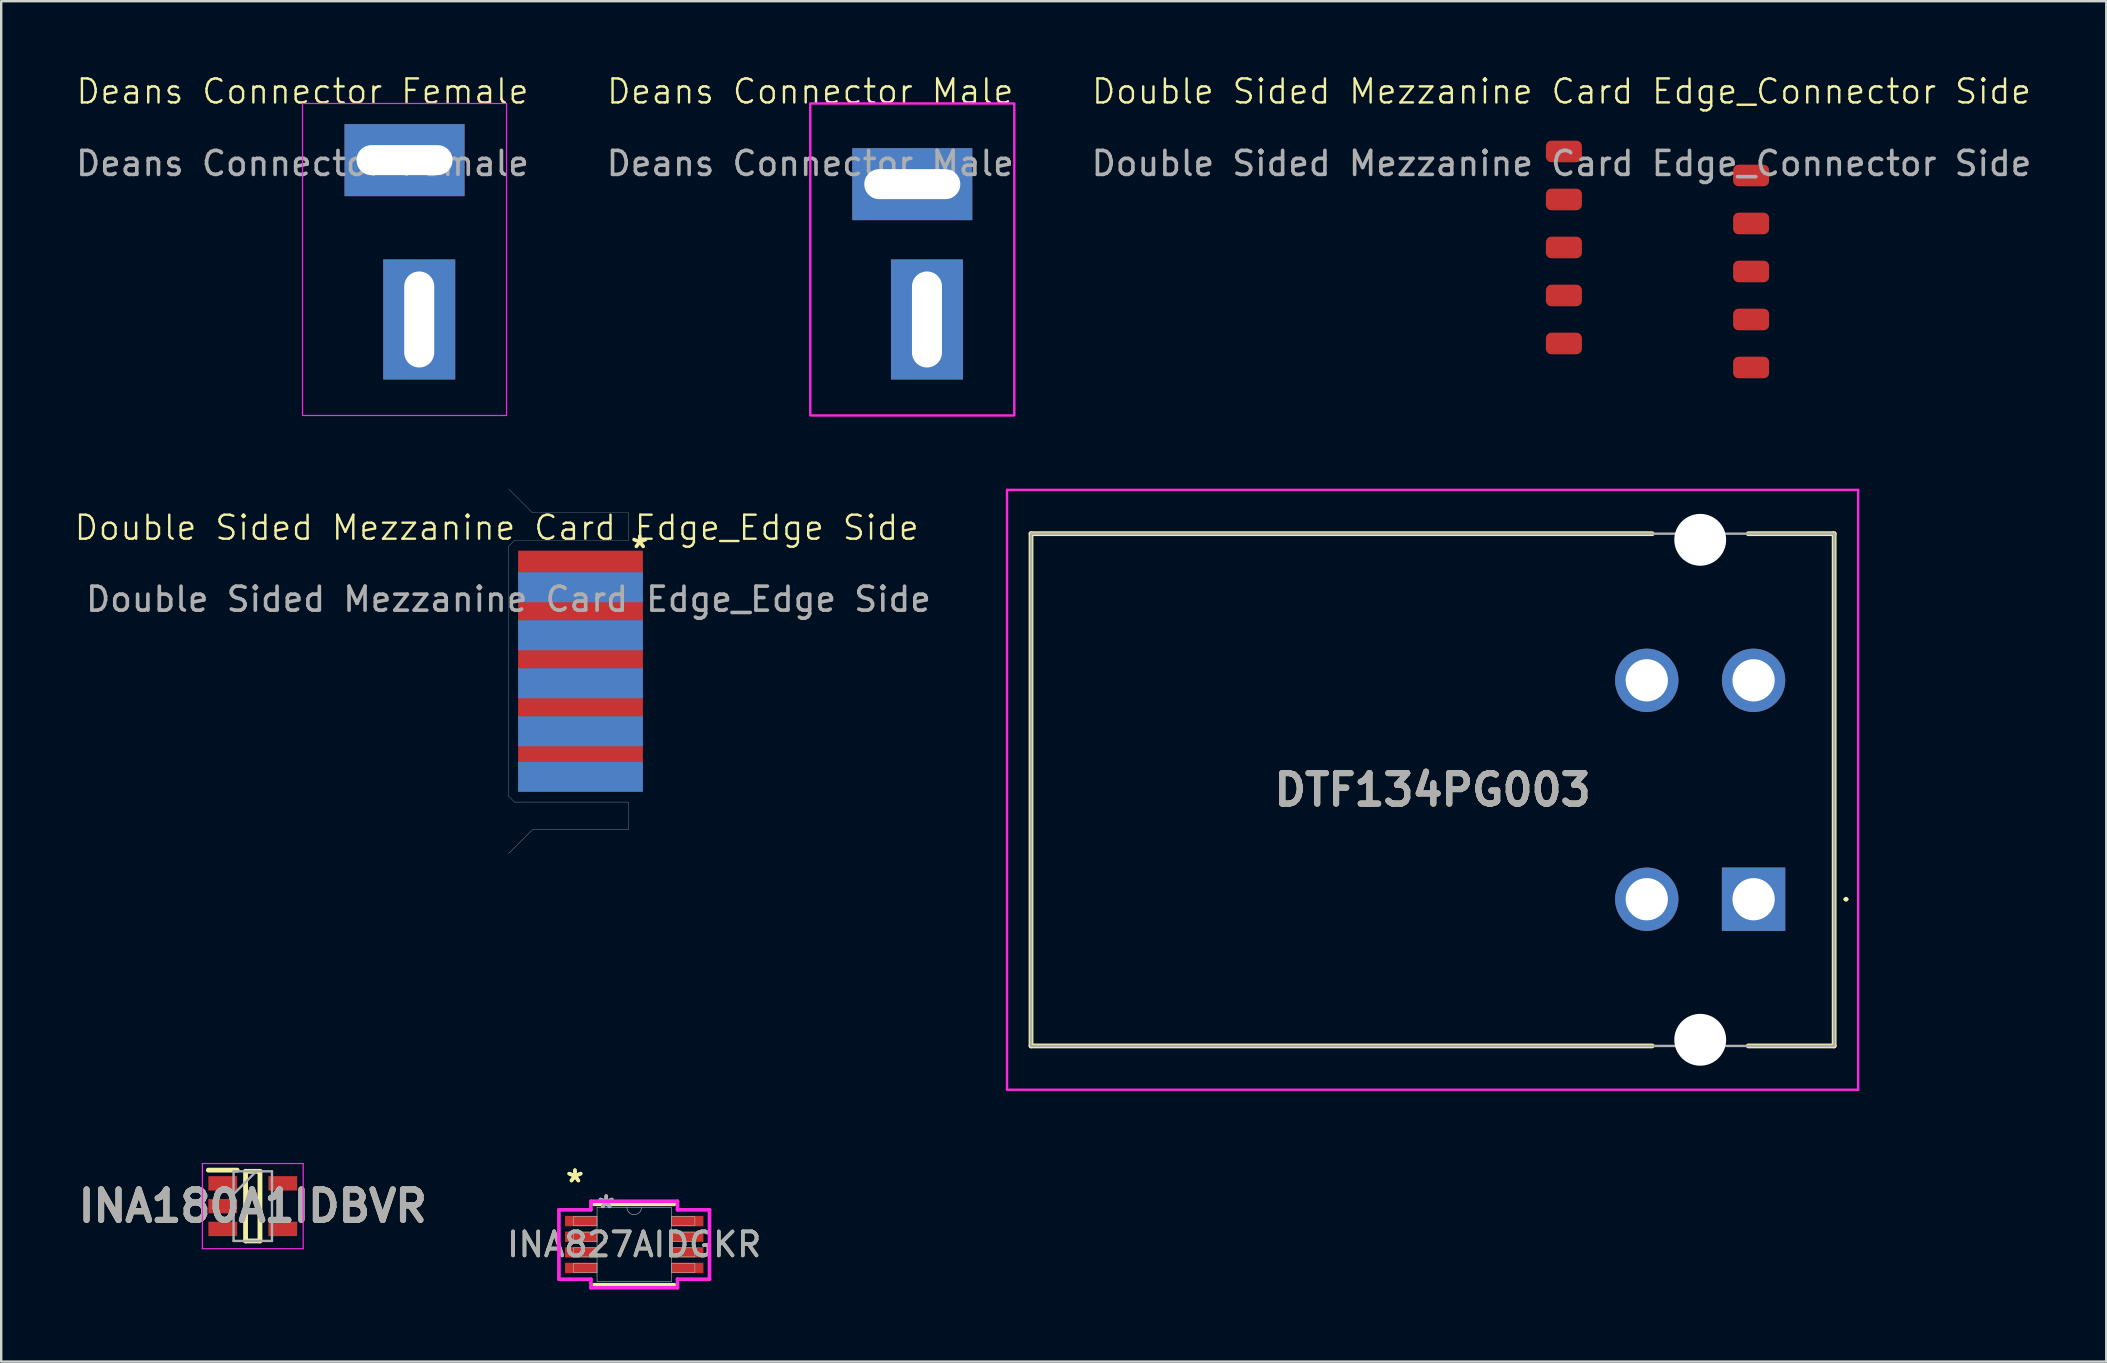
<source format=kicad_pcb>
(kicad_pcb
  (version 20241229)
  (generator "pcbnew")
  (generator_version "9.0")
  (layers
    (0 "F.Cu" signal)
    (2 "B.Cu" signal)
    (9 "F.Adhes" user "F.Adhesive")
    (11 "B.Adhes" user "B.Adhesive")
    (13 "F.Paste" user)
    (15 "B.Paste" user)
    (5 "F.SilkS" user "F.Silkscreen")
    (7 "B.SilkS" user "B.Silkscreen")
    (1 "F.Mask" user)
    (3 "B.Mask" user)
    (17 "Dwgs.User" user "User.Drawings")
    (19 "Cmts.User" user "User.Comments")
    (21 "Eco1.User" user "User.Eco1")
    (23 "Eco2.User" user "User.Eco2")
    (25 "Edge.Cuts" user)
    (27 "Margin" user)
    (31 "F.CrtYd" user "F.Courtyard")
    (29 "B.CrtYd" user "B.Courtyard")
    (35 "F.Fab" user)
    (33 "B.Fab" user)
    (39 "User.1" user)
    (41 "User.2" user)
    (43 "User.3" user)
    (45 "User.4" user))
  (footprint "DTF134PG003"
    (layer "F.Cu")
    (at 70.008 34.414)
    (property "Reference" "DTF134PG003" (at -13.373 -4.559 0) (layer "F.SilkS") (effects (font (size 1.27 1.27) (thickness 0.254))))
    (attr through_hole)
    (fp_line (start -30.103 -15.229) (end -4.223 -15.229) (stroke (width 0.2) (type solid)) (layer "F.SilkS"))
    (fp_line (start -30.103 6.111) (end -30.103 -15.229) (stroke (width 0.2) (type solid)) (layer "F.SilkS"))
    (fp_line (start -4.223 6.111) (end -30.103 6.111) (stroke (width 0.2) (type solid)) (layer "F.SilkS"))
    (fp_line (start -0.223 6.111) (end 3.357 6.111) (stroke (width 0.2) (type solid)) (layer "F.SilkS"))
    (fp_line (start 3.357 -15.229) (end -0.223 -15.229) (stroke (width 0.2) (type solid)) (layer "F.SilkS"))
    (fp_line (start 3.357 6.111) (end 3.357 -15.229) (stroke (width 0.2) (type solid)) (layer "F.SilkS"))
    (fp_line (start 3.8 0) (end 3.8 0) (stroke (width 0.1) (type solid)) (layer "F.SilkS"))
    (fp_line (start 3.9 0) (end 3.9 0) (stroke (width 0.1) (type solid)) (layer "F.SilkS"))
    (fp_arc (start 3.8 0) (mid 3.85 -0.05) (end 3.9 0) (stroke (width 0.1) (type solid)) (layer "F.SilkS"))
    (fp_arc (start 3.9 0) (mid 3.85 0.05) (end 3.8 0) (stroke (width 0.1) (type solid)) (layer "F.SilkS"))
    (fp_line (start -31.103 -17.054) (end -31.103 7.936) (stroke (width 0.1) (type solid)) (layer "F.CrtYd"))
    (fp_line (start -31.103 7.936) (end 4.357 7.936) (stroke (width 0.1) (type solid)) (layer "F.CrtYd"))
    (fp_line (start 4.357 -17.054) (end -31.103 -17.054) (stroke (width 0.1) (type solid)) (layer "F.CrtYd"))
    (fp_line (start 4.357 7.936) (end 4.357 -17.054) (stroke (width 0.1) (type solid)) (layer "F.CrtYd"))
    (fp_line (start -30.103 -15.229) (end -30.103 6.111) (stroke (width 0.1) (type solid)) (layer "F.Fab"))
    (fp_line (start -30.103 6.111) (end 3.357 6.111) (stroke (width 0.1) (type solid)) (layer "F.Fab"))
    (fp_line (start 3.357 -15.229) (end -30.103 -15.229) (stroke (width 0.1) (type solid)) (layer "F.Fab"))
    (fp_line (start 3.357 6.111) (end 3.357 -15.229) (stroke (width 0.1) (type solid)) (layer "F.Fab"))
    (fp_text user "${REFERENCE}" (at -13.373 -4.559 0) (layer "F.Fab") (effects (font (size 1.27 1.27) (thickness 0.254))))
    (pad "" np_thru_hole circle (at -2.223 -14.974) (size 2.16 2.16) (drill 2.16) (layers "*.Cu" "*.Mask"))
    (pad "" np_thru_hole circle (at -2.223 5.856) (size 2.16 2.16) (drill 2.16) (layers "*.Cu" "*.Mask"))
    (pad "1" thru_hole rect (at 0 0) (size 2.64 2.64) (drill 1.76) (layers "*.Cu" "*.Mask"))
    (pad "2" thru_hole circle (at -4.45 0) (size 2.64 2.64) (drill 1.76) (layers "*.Cu" "*.Mask"))
    (pad "3" thru_hole circle (at -4.45 -9.12) (size 2.64 2.64) (drill 1.76) (layers "*.Cu" "*.Mask"))
    (pad "4" thru_hole circle (at 0 -9.12) (size 2.64 2.64) (drill 1.76) (layers "*.Cu" "*.Mask")))
  (footprint "Deans Connector Female"
    (layer "F.Cu")
    (at 9.554 1.26)
    (property "Reference" "Deans Connector Female" (at 0 -0.5 0) (unlocked yes) (layer "F.SilkS") (effects (font (size 1 1) (thickness 0.1))))
    (attr through_hole)
    (fp_rect (start 0 0) (end 8.5 13) (stroke (width 0.05) (type default)) (fill no) (layer "F.CrtYd"))
    (fp_text user "${REFERENCE}" (at 0 2.5 0) (unlocked yes) (layer "F.Fab") (effects (font (size 1 1) (thickness 0.15))))
    (pad "1" thru_hole rect (at 4.25 2.362) (size 5 3) (drill oval 4 1.25) (layers "*.Cu" "*.Mask"))
    (pad "2" thru_hole rect (at 4.862 9 90) (size 5 3) (drill oval 4 1.25) (layers "*.Cu" "*.Mask")))
  (footprint "Double Sided Mezzanine Card Edge_Connector Side"
    (layer "F.Cu")
    (at 62.006 1.26)
    (property "Reference" "Double Sided Mezzanine Card Edge_Connector Side" (at 0 -0.5 0) (unlocked yes) (layer "F.SilkS") (effects (font (size 1 1) (thickness 0.1))))
    (attr smd)
    (fp_line (start 0 12.5) (end 0 0.5) (stroke (width 0.05) (type default)) (layer "Margin"))
    (fp_line (start 0.5 0) (end 7.5 0) (stroke (width 0.05) (type default)) (layer "Margin"))
    (fp_line (start 7.5 13) (end 0.5 13) (stroke (width 0.05) (type default)) (layer "Margin"))
    (fp_line (start 8 0.5) (end 8 12.5) (stroke (width 0.05) (type default)) (layer "Margin"))
    (fp_arc (start 0 0.5) (mid 0.146446 0.146446) (end 0.5 0) (stroke (width 0.05) (type default)) (layer "Margin"))
    (fp_arc (start 0.5 13) (mid 0.146446 12.853554) (end 0 12.5) (stroke (width 0.05) (type default)) (layer "Margin"))
    (fp_arc (start 7.5 0) (mid 7.853553 0.146447) (end 8 0.5) (stroke (width 0.05) (type default)) (layer "Margin"))
    (fp_arc (start 8 12.5) (mid 7.853553 12.853553) (end 7.5 13) (stroke (width 0.05) (type default)) (layer "Margin"))
    (fp_text user "${REFERENCE}" (at 0 2.5 0) (unlocked yes) (layer "F.Fab") (effects (font (size 1 1) (thickness 0.15))))
    (pad "1" smd roundrect (at 0.1 2) (size 1.5 0.9) (layers "F.Cu" "F.Mask" "F.Paste") (roundrect_rratio 0.25))
    (pad "2" smd roundrect (at 0.1 4) (size 1.5 0.9) (layers "F.Cu" "F.Mask" "F.Paste") (roundrect_rratio 0.25))
    (pad "3" smd roundrect (at 0.1 6) (size 1.5 0.9) (layers "F.Cu" "F.Mask" "F.Paste") (roundrect_rratio 0.25))
    (pad "4" smd roundrect (at 0.1 8) (size 1.5 0.9) (layers "F.Cu" "F.Mask" "F.Paste") (roundrect_rratio 0.25))
    (pad "5" smd roundrect (at 0.1 10) (size 1.5 0.9) (layers "F.Cu" "F.Mask" "F.Paste") (roundrect_rratio 0.25))
    (pad "6" smd roundrect (at 7.9 3) (size 1.5 0.9) (layers "F.Cu" "F.Mask" "F.Paste") (roundrect_rratio 0.25))
    (pad "7" smd roundrect (at 7.9 5) (size 1.5 0.9) (layers "F.Cu" "F.Mask" "F.Paste") (roundrect_rratio 0.25))
    (pad "8" smd roundrect (at 7.9 7) (size 1.5 0.9) (layers "F.Cu" "F.Mask" "F.Paste") (roundrect_rratio 0.25))
    (pad "9" smd roundrect (at 7.9 9) (size 1.5 0.9) (layers "F.Cu" "F.Mask" "F.Paste") (roundrect_rratio 0.25))
    (pad "10" smd roundrect (at 7.9 11) (size 1.5 0.9) (layers "F.Cu" "F.Mask" "F.Paste") (roundrect_rratio 0.25)))
  (footprint "Deans Connector Male"
    (layer "F.Cu")
    (at 30.708 1.26)
    (property "Reference" "Deans Connector Male" (at 0 -0.5 0) (unlocked yes) (layer "F.SilkS") (effects (font (size 1 1) (thickness 0.1))))
    (attr smd)
    (fp_rect (start 0 0) (end 8.5 13) (stroke (width 0.1) (type default)) (fill no) (layer "F.CrtYd"))
    (fp_text user "${REFERENCE}" (at 0 2.5 0) (unlocked yes) (layer "F.Fab") (effects (font (size 1 1) (thickness 0.15))))
    (pad "1" thru_hole rect (at 4.25 3.362 180) (size 5 3) (drill oval 4 1.25) (layers "*.Cu" "*.Mask"))
    (pad "2" thru_hole rect (at 4.862 9 270) (size 5 3) (drill oval 4 1.25) (layers "*.Cu" "*.Mask")))
  (footprint "INA827AIDGKR"
    (layer "F.Cu")
    (at 23.373 48.799)
    (property "Reference" "INA827AIDGKR" (at 0 0 0) (unlocked yes) (layer "F.SilkS") (effects (font (size 1 1) (thickness 0.15))))
    (attr smd)
    (fp_line (start -1.676 1.676) (end 1.676 1.676) (stroke (width 0.152) (type solid)) (layer "F.SilkS"))
    (fp_line (start 1.676 -1.676) (end -1.676 -1.676) (stroke (width 0.152) (type solid)) (layer "F.SilkS"))
    (fp_line (start -3.137 -1.445) (end -1.803 -1.445) (stroke (width 0.152) (type solid)) (layer "F.CrtYd"))
    (fp_line (start -3.137 1.445) (end -3.137 -1.445) (stroke (width 0.152) (type solid)) (layer "F.CrtYd"))
    (fp_line (start -3.137 1.445) (end -1.803 1.445) (stroke (width 0.152) (type solid)) (layer "F.CrtYd"))
    (fp_line (start -1.803 -1.803) (end 1.803 -1.803) (stroke (width 0.152) (type solid)) (layer "F.CrtYd"))
    (fp_line (start -1.803 -1.445) (end -1.803 -1.803) (stroke (width 0.152) (type solid)) (layer "F.CrtYd"))
    (fp_line (start -1.803 1.803) (end -1.803 1.445) (stroke (width 0.152) (type solid)) (layer "F.CrtYd"))
    (fp_line (start 1.803 -1.803) (end 1.803 -1.445) (stroke (width 0.152) (type solid)) (layer "F.CrtYd"))
    (fp_line (start 1.803 1.445) (end 1.803 1.803) (stroke (width 0.152) (type solid)) (layer "F.CrtYd"))
    (fp_line (start 1.803 1.803) (end -1.803 1.803) (stroke (width 0.152) (type solid)) (layer "F.CrtYd"))
    (fp_line (start 3.137 -1.445) (end 1.803 -1.445) (stroke (width 0.152) (type solid)) (layer "F.CrtYd"))
    (fp_line (start 3.137 -1.445) (end 3.137 1.445) (stroke (width 0.152) (type solid)) (layer "F.CrtYd"))
    (fp_line (start 3.137 1.445) (end 1.803 1.445) (stroke (width 0.152) (type solid)) (layer "F.CrtYd"))
    (fp_line (start -2.527 -1.165) (end -2.527 -0.784) (stroke (width 0.025) (type solid)) (layer "F.Fab"))
    (fp_line (start -2.527 -0.784) (end -1.549 -0.784) (stroke (width 0.025) (type solid)) (layer "F.Fab"))
    (fp_line (start -2.527 -0.515) (end -2.527 -0.135) (stroke (width 0.025) (type solid)) (layer "F.Fab"))
    (fp_line (start -2.527 -0.135) (end -1.549 -0.135) (stroke (width 0.025) (type solid)) (layer "F.Fab"))
    (fp_line (start -2.527 0.135) (end -2.527 0.515) (stroke (width 0.025) (type solid)) (layer "F.Fab"))
    (fp_line (start -2.527 0.515) (end -1.549 0.515) (stroke (width 0.025) (type solid)) (layer "F.Fab"))
    (fp_line (start -2.527 0.784) (end -2.527 1.165) (stroke (width 0.025) (type solid)) (layer "F.Fab"))
    (fp_line (start -2.527 1.165) (end -1.549 1.165) (stroke (width 0.025) (type solid)) (layer "F.Fab"))
    (fp_line (start -1.549 -1.549) (end -1.549 1.549) (stroke (width 0.025) (type solid)) (layer "F.Fab"))
    (fp_line (start -1.549 -1.165) (end -2.527 -1.165) (stroke (width 0.025) (type solid)) (layer "F.Fab"))
    (fp_line (start -1.549 -0.784) (end -1.549 -1.165) (stroke (width 0.025) (type solid)) (layer "F.Fab"))
    (fp_line (start -1.549 -0.515) (end -2.527 -0.515) (stroke (width 0.025) (type solid)) (layer "F.Fab"))
    (fp_line (start -1.549 -0.135) (end -1.549 -0.515) (stroke (width 0.025) (type solid)) (layer "F.Fab"))
    (fp_line (start -1.549 0.135) (end -2.527 0.135) (stroke (width 0.025) (type solid)) (layer "F.Fab"))
    (fp_line (start -1.549 0.515) (end -1.549 0.135) (stroke (width 0.025) (type solid)) (layer "F.Fab"))
    (fp_line (start -1.549 0.784) (end -2.527 0.784) (stroke (width 0.025) (type solid)) (layer "F.Fab"))
    (fp_line (start -1.549 1.165) (end -1.549 0.784) (stroke (width 0.025) (type solid)) (layer "F.Fab"))
    (fp_line (start -1.549 1.549) (end 1.549 1.549) (stroke (width 0.025) (type solid)) (layer "F.Fab"))
    (fp_line (start 1.549 -1.549) (end -1.549 -1.549) (stroke (width 0.025) (type solid)) (layer "F.Fab"))
    (fp_line (start 1.549 -1.165) (end 1.549 -0.784) (stroke (width 0.025) (type solid)) (layer "F.Fab"))
    (fp_line (start 1.549 -0.784) (end 2.527 -0.784) (stroke (width 0.025) (type solid)) (layer "F.Fab"))
    (fp_line (start 1.549 -0.515) (end 1.549 -0.135) (stroke (width 0.025) (type solid)) (layer "F.Fab"))
    (fp_line (start 1.549 -0.135) (end 2.527 -0.135) (stroke (width 0.025) (type solid)) (layer "F.Fab"))
    (fp_line (start 1.549 0.135) (end 1.549 0.515) (stroke (width 0.025) (type solid)) (layer "F.Fab"))
    (fp_line (start 1.549 0.515) (end 2.527 0.515) (stroke (width 0.025) (type solid)) (layer "F.Fab"))
    (fp_line (start 1.549 0.784) (end 1.549 1.165) (stroke (width 0.025) (type solid)) (layer "F.Fab"))
    (fp_line (start 1.549 1.165) (end 2.527 1.165) (stroke (width 0.025) (type solid)) (layer "F.Fab"))
    (fp_line (start 1.549 1.549) (end 1.549 -1.549) (stroke (width 0.025) (type solid)) (layer "F.Fab"))
    (fp_line (start 2.527 -1.165) (end 1.549 -1.165) (stroke (width 0.025) (type solid)) (layer "F.Fab"))
    (fp_line (start 2.527 -0.784) (end 2.527 -1.165) (stroke (width 0.025) (type solid)) (layer "F.Fab"))
    (fp_line (start 2.527 -0.515) (end 1.549 -0.515) (stroke (width 0.025) (type solid)) (layer "F.Fab"))
    (fp_line (start 2.527 -0.135) (end 2.527 -0.515) (stroke (width 0.025) (type solid)) (layer "F.Fab"))
    (fp_line (start 2.527 0.135) (end 1.549 0.135) (stroke (width 0.025) (type solid)) (layer "F.Fab"))
    (fp_line (start 2.527 0.515) (end 2.527 0.135) (stroke (width 0.025) (type solid)) (layer "F.Fab"))
    (fp_line (start 2.527 0.784) (end 1.549 0.784) (stroke (width 0.025) (type solid)) (layer "F.Fab"))
    (fp_line (start 2.527 1.165) (end 2.527 0.784) (stroke (width 0.025) (type solid)) (layer "F.Fab"))
    (fp_arc (start 0.3048 -1.5494) (mid 0 -1.2446) (end -0.3048 -1.5494) (stroke (width 0.0254) (type solid)) (layer "F.Fab"))
    (fp_text user "*" (at -2.47 -2.55 0) (unlocked yes) (layer "F.SilkS") (effects (font (size 1 1) (thickness 0.15))))
    (fp_text user "*" (at -2.47 -2.55 0) (layer "F.SilkS") (effects (font (size 1 1) (thickness 0.15))))
    (fp_text user "${REFERENCE}" (at 0 0 0) (unlocked yes) (layer "F.Fab") (effects (font (size 1 1) (thickness 0.15))))
    (fp_text user "*" (at -1.168 -1.473 0) (layer "F.Fab") (effects (font (size 1 1) (thickness 0.15))))
    (fp_text user "*" (at -1.168 -1.473 0) (unlocked yes) (layer "F.Fab") (effects (font (size 1 1) (thickness 0.15))))
    (pad "1" smd rect (at -2.216 -0.975) (size 1.333 0.432) (layers "F.Cu" "F.Mask" "F.Paste"))
    (pad "2" smd rect (at -2.216 -0.325) (size 1.333 0.432) (layers "F.Cu" "F.Mask" "F.Paste"))
    (pad "3" smd rect (at -2.216 0.325) (size 1.333 0.432) (layers "F.Cu" "F.Mask" "F.Paste"))
    (pad "4" smd rect (at -2.216 0.975) (size 1.333 0.432) (layers "F.Cu" "F.Mask" "F.Paste"))
    (pad "5" smd rect (at 2.216 0.975) (size 1.333 0.432) (layers "F.Cu" "F.Mask" "F.Paste"))
    (pad "6" smd rect (at 2.216 0.325) (size 1.333 0.432) (layers "F.Cu" "F.Mask" "F.Paste"))
    (pad "7" smd rect (at 2.216 -0.325) (size 1.333 0.432) (layers "F.Cu" "F.Mask" "F.Paste"))
    (pad "8" smd rect (at 2.216 -0.975) (size 1.333 0.432) (layers "F.Cu" "F.Mask" "F.Paste")))
  (footprint "INA180A1IDBVR"
    (layer "F.Cu")
    (at 7.481 47.2)
    (property "Reference" "INA180A1IDBVR" (at 0 0 0) (layer "F.SilkS") (effects (font (size 1.27 1.27) (thickness 0.254))))
    (attr smd)
    (fp_line (start -1.85 -1.5) (end -0.65 -1.5) (stroke (width 0.2) (type solid)) (layer "F.SilkS"))
    (fp_line (start -0.3 -1.45) (end 0.3 -1.45) (stroke (width 0.2) (type solid)) (layer "F.SilkS"))
    (fp_line (start -0.3 1.45) (end -0.3 -1.45) (stroke (width 0.2) (type solid)) (layer "F.SilkS"))
    (fp_line (start 0.3 -1.45) (end 0.3 1.45) (stroke (width 0.2) (type solid)) (layer "F.SilkS"))
    (fp_line (start 0.3 1.45) (end -0.3 1.45) (stroke (width 0.2) (type solid)) (layer "F.SilkS"))
    (fp_line (start -2.1 -1.775) (end 2.1 -1.775) (stroke (width 0.05) (type solid)) (layer "F.CrtYd"))
    (fp_line (start -2.1 1.775) (end -2.1 -1.775) (stroke (width 0.05) (type solid)) (layer "F.CrtYd"))
    (fp_line (start 2.1 -1.775) (end 2.1 1.775) (stroke (width 0.05) (type solid)) (layer "F.CrtYd"))
    (fp_line (start 2.1 1.775) (end -2.1 1.775) (stroke (width 0.05) (type solid)) (layer "F.CrtYd"))
    (fp_line (start -0.8 -1.45) (end 0.8 -1.45) (stroke (width 0.1) (type solid)) (layer "F.Fab"))
    (fp_line (start -0.8 -0.5) (end 0.15 -1.45) (stroke (width 0.1) (type solid)) (layer "F.Fab"))
    (fp_line (start -0.8 1.45) (end -0.8 -1.45) (stroke (width 0.1) (type solid)) (layer "F.Fab"))
    (fp_line (start 0.8 -1.45) (end 0.8 1.45) (stroke (width 0.1) (type solid)) (layer "F.Fab"))
    (fp_line (start 0.8 1.45) (end -0.8 1.45) (stroke (width 0.1) (type solid)) (layer "F.Fab"))
    (fp_text user "${REFERENCE}" (at 0 0 0) (layer "F.Fab") (effects (font (size 1.27 1.27) (thickness 0.254))))
    (pad "1" smd rect (at -1.25 -0.95 90) (size 0.6 1.2) (layers "F.Cu" "F.Mask" "F.Paste"))
    (pad "2" smd rect (at -1.25 0 90) (size 0.6 1.2) (layers "F.Cu" "F.Mask" "F.Paste"))
    (pad "3" smd rect (at -1.25 0.95 90) (size 0.6 1.2) (layers "F.Cu" "F.Mask" "F.Paste"))
    (pad "4" smd rect (at 1.25 0.95 90) (size 0.6 1.2) (layers "F.Cu" "F.Mask" "F.Paste"))
    (pad "5" smd rect (at 1.25 -0.95 90) (size 0.6 1.2) (layers "F.Cu" "F.Mask" "F.Paste")))
  (footprint "Double Sided Mezzanine Card Edge_Edge Side"
    (layer "F.Cu")
    (at 18.135 19.416)
    (property "Reference" "Double Sided Mezzanine Card Edge_Edge Side" (at -0.49 -0.48 0) (unlocked yes) (layer "F.SilkS") (effects (font (size 1 1) (thickness 0.1))))
    (fp_line (start 0 0.3) (end 0.25 0.05) (stroke (width 0.01) (type default)) (layer "Edge.Cuts"))
    (fp_line (start 0 10.7) (end 0 0.3) (stroke (width 0.01) (type default)) (layer "Edge.Cuts"))
    (fp_line (start 0 10.7) (end 0.25 10.95) (stroke (width 0.01) (type default)) (layer "Edge.Cuts"))
    (fp_line (start 0.25 0.05) (end 5 0.05) (stroke (width 0.01) (type default)) (layer "Edge.Cuts"))
    (fp_line (start 1 -1.1) (end 0 -2.1) (stroke (width 0.01) (type default)) (layer "Edge.Cuts"))
    (fp_line (start 1 12.1) (end 0 13.1) (stroke (width 0.01) (type default)) (layer "Edge.Cuts"))
    (fp_line (start 5 -1.1) (end 1 -1.1) (stroke (width 0.01) (type default)) (layer "Edge.Cuts"))
    (fp_line (start 5 0.05) (end 5 -1.1) (stroke (width 0.01) (type default)) (layer "Edge.Cuts"))
    (fp_line (start 5 10.95) (end 0.25 10.95) (stroke (width 0.01) (type default)) (layer "Edge.Cuts"))
    (fp_line (start 5 10.95) (end 5 12.1) (stroke (width 0.01) (type default)) (layer "Edge.Cuts"))
    (fp_line (start 5 12.1) (end 1 12.1) (stroke (width 0.01) (type default)) (layer "Edge.Cuts"))
    (fp_text user "*" (at 4.99 1 0) (unlocked yes) (layer "F.SilkS") (effects (font (size 1 1) (thickness 0.15)) (justify left bottom)))
    (fp_text user "${REFERENCE}" (at 0 2.5 0) (unlocked yes) (layer "F.Fab") (effects (font (size 1 1) (thickness 0.15))))
    (pad "1" smd rect (at 3 1.1) (size 5.2 1.25) (layers "F.Cu" "F.Mask"))
    (pad "2" smd rect (at 3 3) (size 5.2 1.25) (layers "F.Cu" "F.Mask"))
    (pad "3" smd rect (at 3 5) (size 5.2 1.25) (layers "F.Cu" "F.Mask"))
    (pad "4" smd rect (at 3 7) (size 5.2 1.25) (layers "F.Cu" "F.Mask"))
    (pad "5" smd rect (at 3 9) (size 5.2 1.25) (layers "F.Cu" "F.Mask"))
    (pad "6" smd rect (at 3 2) (size 5.2 1.25) (layers "B.Cu" "B.Mask"))
    (pad "7" smd rect (at 3 4) (size 5.2 1.25) (layers "B.Cu" "B.Mask"))
    (pad "8" smd rect (at 3 6) (size 5.2 1.25) (layers "B.Cu" "B.Mask"))
    (pad "9" smd rect (at 3 8) (size 5.2 1.25) (layers "B.Cu" "B.Mask"))
    (pad "10" smd rect (at 3 9.9) (size 5.2 1.25) (layers "B.Cu" "B.Mask")))
  (gr_rect
    (start -3 -3)
    (end 84.702 53.678)
    (stroke (width 0.1) (type default))
    (fill no)
    (layer "Edge.Cuts")))
</source>
